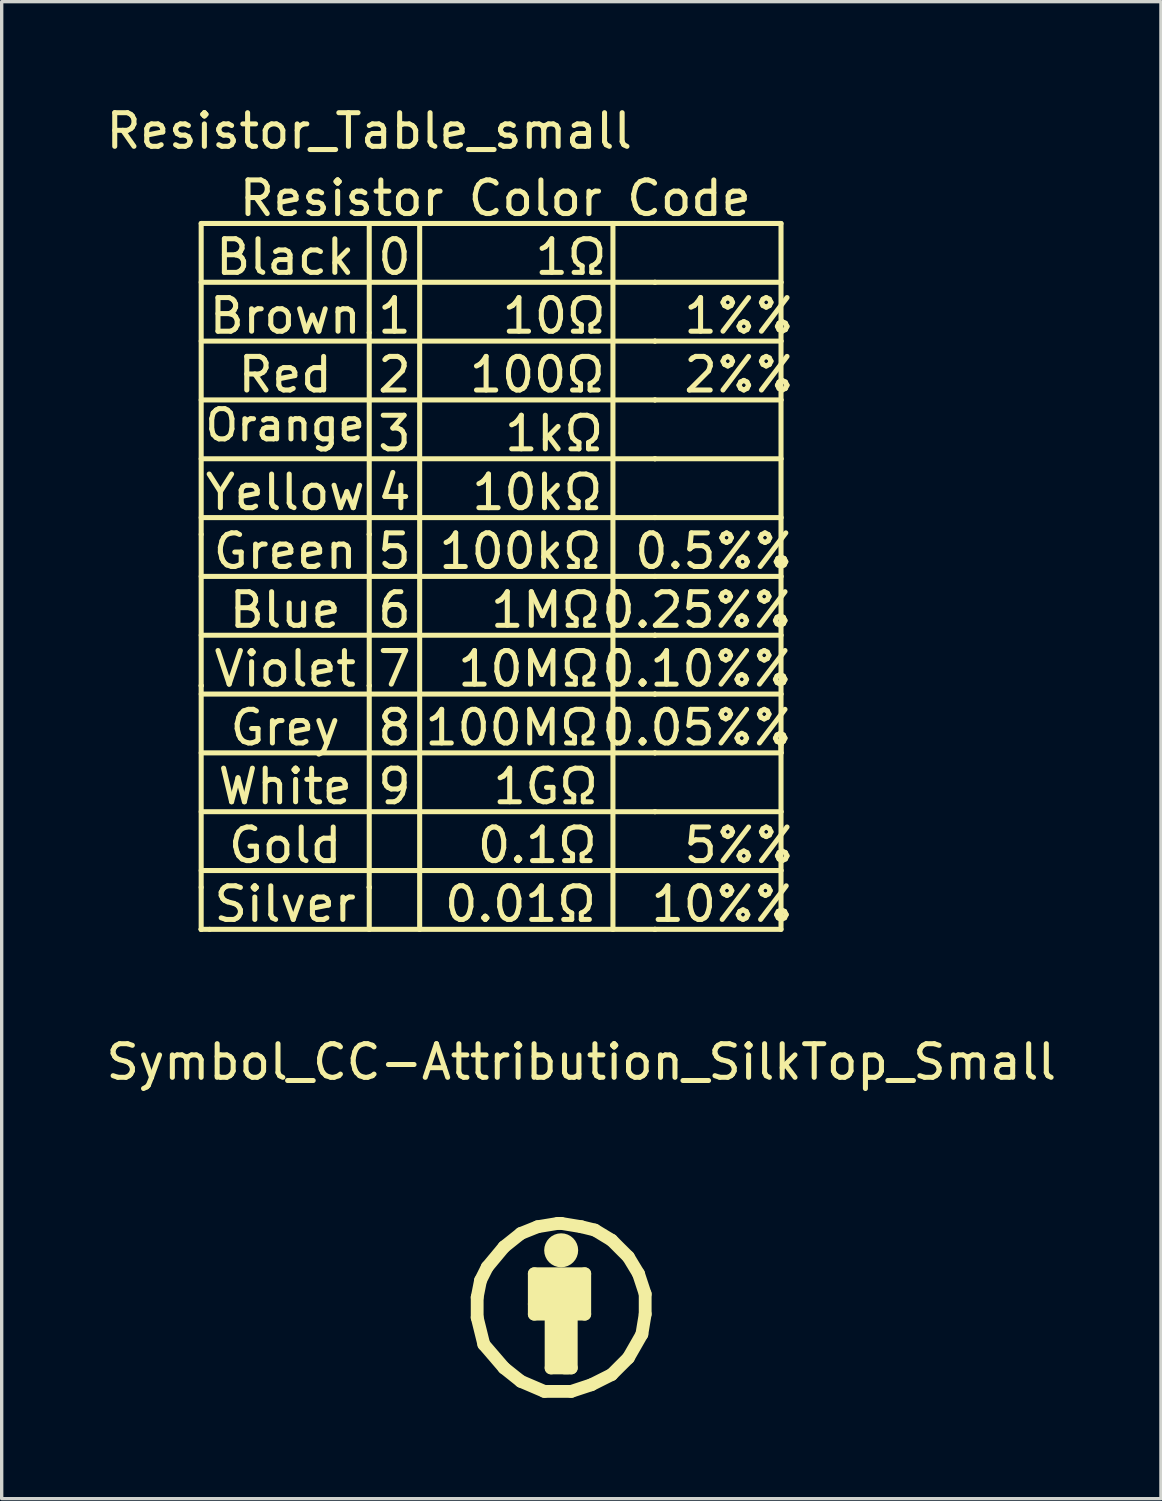
<source format=kicad_pcb>
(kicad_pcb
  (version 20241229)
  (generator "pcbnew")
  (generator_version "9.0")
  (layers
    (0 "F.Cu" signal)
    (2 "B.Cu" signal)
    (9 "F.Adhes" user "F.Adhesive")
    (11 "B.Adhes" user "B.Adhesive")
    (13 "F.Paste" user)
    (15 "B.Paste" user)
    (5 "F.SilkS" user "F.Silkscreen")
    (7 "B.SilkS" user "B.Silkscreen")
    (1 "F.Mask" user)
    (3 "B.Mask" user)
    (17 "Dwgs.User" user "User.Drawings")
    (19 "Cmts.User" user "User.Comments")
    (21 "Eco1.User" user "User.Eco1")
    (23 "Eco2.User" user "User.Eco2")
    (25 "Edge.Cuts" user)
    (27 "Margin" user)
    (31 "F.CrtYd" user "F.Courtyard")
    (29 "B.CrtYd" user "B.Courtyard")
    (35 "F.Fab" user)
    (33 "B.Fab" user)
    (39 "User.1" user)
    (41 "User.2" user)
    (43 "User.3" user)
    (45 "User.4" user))
  (footprint "Symbol_CC-Attribution_SilkTop_Small"
    (layer "F.Cu")
    (at 13.645 35.845)
    (property "Reference" "Symbol_CC-Attribution_SilkTop_Small" (at 0.599 -7.3 0) (layer "F.SilkS") (effects (font (size 1 1) (thickness 0.15))))
    (attr through_hole)
    (fp_line (start -2.499 -0.3) (end -2.499 0.3) (stroke (width 0.381) (type solid)) (layer "F.SilkS"))
    (fp_line (start -2.499 0.3) (end -2.301 1.1) (stroke (width 0.381) (type solid)) (layer "F.SilkS"))
    (fp_line (start -2.4 -0.8) (end -2.499 -0.3) (stroke (width 0.381) (type solid)) (layer "F.SilkS"))
    (fp_line (start -2.301 1.1) (end -1.699 1.801) (stroke (width 0.381) (type solid)) (layer "F.SilkS"))
    (fp_line (start -2.2 -1.199) (end -2.4 -0.8) (stroke (width 0.381) (type solid)) (layer "F.SilkS"))
    (fp_line (start -1.699 -1.801) (end -2.2 -1.199) (stroke (width 0.381) (type solid)) (layer "F.SilkS"))
    (fp_line (start -1.699 1.801) (end -1.199 2.2) (stroke (width 0.381) (type solid)) (layer "F.SilkS"))
    (fp_line (start -1.199 -2.2) (end -1.699 -1.801) (stroke (width 0.381) (type solid)) (layer "F.SilkS"))
    (fp_line (start -1.199 2.2) (end -0.5 2.499) (stroke (width 0.381) (type solid)) (layer "F.SilkS"))
    (fp_line (start -0.8 -1.001) (end 0.701 -1.001) (stroke (width 0.381) (type solid)) (layer "F.SilkS"))
    (fp_line (start -0.8 -0.099) (end 0.5 -0.099) (stroke (width 0.381) (type solid)) (layer "F.SilkS"))
    (fp_line (start -0.8 0.201) (end -0.8 -1.001) (stroke (width 0.381) (type solid)) (layer "F.SilkS"))
    (fp_line (start -0.701 -2.4) (end -1.199 -2.2) (stroke (width 0.381) (type solid)) (layer "F.SilkS"))
    (fp_line (start -0.701 -0.701) (end 0.599 -0.701) (stroke (width 0.381) (type solid)) (layer "F.SilkS"))
    (fp_line (start -0.5 2.499) (end 0.3 2.499) (stroke (width 0.381) (type solid)) (layer "F.SilkS"))
    (fp_line (start -0.3 0.3) (end -0.3 1.801) (stroke (width 0.381) (type solid)) (layer "F.SilkS"))
    (fp_line (start -0.3 1.801) (end 0.201 1.801) (stroke (width 0.381) (type solid)) (layer "F.SilkS"))
    (fp_line (start -0.099 -2.499) (end -0.701 -2.4) (stroke (width 0.381) (type solid)) (layer "F.SilkS"))
    (fp_line (start 0 -2.499) (end -0.099 -2.499) (stroke (width 0.381) (type solid)) (layer "F.SilkS"))
    (fp_line (start 0 -1.9) (end 0 -1.501) (stroke (width 0.381) (type solid)) (layer "F.SilkS"))
    (fp_line (start 0 0.3) (end 0 1.6) (stroke (width 0.381) (type solid)) (layer "F.SilkS"))
    (fp_line (start 0.099 1.801) (end 0.3 1.801) (stroke (width 0.381) (type solid)) (layer "F.SilkS"))
    (fp_line (start 0.3 1.801) (end 0.3 0.201) (stroke (width 0.381) (type solid)) (layer "F.SilkS"))
    (fp_line (start 0.3 2.499) (end 0.899 2.301) (stroke (width 0.381) (type solid)) (layer "F.SilkS"))
    (fp_line (start 0.5 -0.399) (end -0.701 -0.399) (stroke (width 0.381) (type solid)) (layer "F.SilkS"))
    (fp_line (start 0.599 -2.4) (end 0 -2.499) (stroke (width 0.381) (type solid)) (layer "F.SilkS"))
    (fp_line (start 0.701 -1.001) (end 0.701 0.201) (stroke (width 0.381) (type solid)) (layer "F.SilkS"))
    (fp_line (start 0.701 0.201) (end -0.8 0.201) (stroke (width 0.381) (type solid)) (layer "F.SilkS"))
    (fp_line (start 0.899 2.301) (end 1.501 1.999) (stroke (width 0.381) (type solid)) (layer "F.SilkS"))
    (fp_line (start 1.001 -2.301) (end 0.599 -2.4) (stroke (width 0.381) (type solid)) (layer "F.SilkS"))
    (fp_line (start 1.501 -1.999) (end 1.001 -2.301) (stroke (width 0.381) (type solid)) (layer "F.SilkS"))
    (fp_line (start 1.501 1.999) (end 1.999 1.501) (stroke (width 0.381) (type solid)) (layer "F.SilkS"))
    (fp_line (start 1.999 -1.501) (end 1.501 -1.999) (stroke (width 0.381) (type solid)) (layer "F.SilkS"))
    (fp_line (start 1.999 1.501) (end 2.4 0.8) (stroke (width 0.381) (type solid)) (layer "F.SilkS"))
    (fp_line (start 2.301 -1.001) (end 1.999 -1.501) (stroke (width 0.381) (type solid)) (layer "F.SilkS"))
    (fp_line (start 2.4 0.8) (end 2.499 0.201) (stroke (width 0.381) (type solid)) (layer "F.SilkS"))
    (fp_line (start 2.499 -0.399) (end 2.301 -1.001) (stroke (width 0.381) (type solid)) (layer "F.SilkS"))
    (fp_line (start 2.499 0.201) (end 2.499 -0.399) (stroke (width 0.381) (type solid)) (layer "F.SilkS"))
    (fp_circle (center 0 -1.699) (end 0.099 -1.4) (stroke (width 0.381) (type solid)) (fill no) (layer "F.SilkS")))
  (footprint "Resistor_Table_small"
    (layer "F.Cu")
    (at 2.935 3.598)
    (property "Reference" "Resistor_Table_small" (at 5 -2.75 0) (layer "F.SilkS") (effects (font (size 1 1) (thickness 0.15))))
    (attr through_hole)
    (fp_line (start 0 0) (end 0 9.25) (stroke (width 0.15) (type solid)) (layer "F.SilkS"))
    (fp_line (start 0 0) (end 13.5 0) (stroke (width 0.15) (type solid)) (layer "F.SilkS"))
    (fp_line (start 0 1.75) (end 5 1.75) (stroke (width 0.15) (type solid)) (layer "F.SilkS"))
    (fp_line (start 0 3.5) (end 5 3.5) (stroke (width 0.15) (type solid)) (layer "F.SilkS"))
    (fp_line (start 0 5.25) (end 5 5.25) (stroke (width 0.15) (type solid)) (layer "F.SilkS"))
    (fp_line (start 0 7) (end 5 7) (stroke (width 0.15) (type solid)) (layer "F.SilkS"))
    (fp_line (start 0 8.75) (end 5 8.75) (stroke (width 0.15) (type solid)) (layer "F.SilkS"))
    (fp_line (start 0 9.25) (end 0 13.75) (stroke (width 0.15) (type solid)) (layer "F.SilkS"))
    (fp_line (start 0 10.5) (end 5 10.5) (stroke (width 0.15) (type solid)) (layer "F.SilkS"))
    (fp_line (start 0 12.25) (end 5 12.25) (stroke (width 0.15) (type solid)) (layer "F.SilkS"))
    (fp_line (start 0 13.75) (end 0 13.75) (stroke (width 0.15) (type solid)) (layer "F.SilkS"))
    (fp_line (start 0 14) (end 5 14) (stroke (width 0.15) (type solid)) (layer "F.SilkS"))
    (fp_line (start 0 15.75) (end 5 15.75) (stroke (width 0.15) (type solid)) (layer "F.SilkS"))
    (fp_line (start 0 17.5) (end 5 17.5) (stroke (width 0.15) (type solid)) (layer "F.SilkS"))
    (fp_line (start 0 19.25) (end 5 19.25) (stroke (width 0.15) (type solid)) (layer "F.SilkS"))
    (fp_line (start 0 19.75) (end 0 13.75) (stroke (width 0.15) (type solid)) (layer "F.SilkS"))
    (fp_line (start 0 19.75) (end 0 21) (stroke (width 0.15) (type solid)) (layer "F.SilkS"))
    (fp_line (start 0 21) (end 0 21) (stroke (width 0.15) (type solid)) (layer "F.SilkS"))
    (fp_line (start 0 21) (end 0 21) (stroke (width 0.15) (type solid)) (layer "F.SilkS"))
    (fp_line (start 0.25 21) (end 0 21) (stroke (width 0.15) (type solid)) (layer "F.SilkS"))
    (fp_line (start 0.25 21) (end 5 21) (stroke (width 0.15) (type solid)) (layer "F.SilkS"))
    (fp_line (start 5 0) (end 5 9.25) (stroke (width 0.15) (type solid)) (layer "F.SilkS"))
    (fp_line (start 5 1.75) (end 5 1.75) (stroke (width 0.15) (type solid)) (layer "F.SilkS"))
    (fp_line (start 5 1.75) (end 13.5 1.75) (stroke (width 0.15) (type solid)) (layer "F.SilkS"))
    (fp_line (start 5 3.25) (end 5 3.25) (stroke (width 0.15) (type solid)) (layer "F.SilkS"))
    (fp_line (start 5 3.5) (end 5 3.5) (stroke (width 0.15) (type solid)) (layer "F.SilkS"))
    (fp_line (start 5 3.5) (end 13.5 3.5) (stroke (width 0.15) (type solid)) (layer "F.SilkS"))
    (fp_line (start 5 5.25) (end 13.5 5.25) (stroke (width 0.15) (type solid)) (layer "F.SilkS"))
    (fp_line (start 5 7) (end 5 7) (stroke (width 0.15) (type solid)) (layer "F.SilkS"))
    (fp_line (start 5 7) (end 13.5 7) (stroke (width 0.15) (type solid)) (layer "F.SilkS"))
    (fp_line (start 5 8.75) (end 5 8.75) (stroke (width 0.15) (type solid)) (layer "F.SilkS"))
    (fp_line (start 5 8.75) (end 13.5 8.75) (stroke (width 0.15) (type solid)) (layer "F.SilkS"))
    (fp_line (start 5 9.25) (end 5 9.25) (stroke (width 0.15) (type solid)) (layer "F.SilkS"))
    (fp_line (start 5 9.25) (end 5 13.75) (stroke (width 0.15) (type solid)) (layer "F.SilkS"))
    (fp_line (start 5 10.5) (end 5 10.5) (stroke (width 0.15) (type solid)) (layer "F.SilkS"))
    (fp_line (start 5 10.5) (end 13.5 10.5) (stroke (width 0.15) (type solid)) (layer "F.SilkS"))
    (fp_line (start 5 12.25) (end 5 12.25) (stroke (width 0.15) (type solid)) (layer "F.SilkS"))
    (fp_line (start 5 12.25) (end 13.5 12.25) (stroke (width 0.15) (type solid)) (layer "F.SilkS"))
    (fp_line (start 5 13.75) (end 5 13.75) (stroke (width 0.15) (type solid)) (layer "F.SilkS"))
    (fp_line (start 5 13.75) (end 5 19.75) (stroke (width 0.15) (type solid)) (layer "F.SilkS"))
    (fp_line (start 5 14) (end 5 14) (stroke (width 0.15) (type solid)) (layer "F.SilkS"))
    (fp_line (start 5 14) (end 13.5 14) (stroke (width 0.15) (type solid)) (layer "F.SilkS"))
    (fp_line (start 5 15.75) (end 5 15.75) (stroke (width 0.15) (type solid)) (layer "F.SilkS"))
    (fp_line (start 5 15.75) (end 13.5 15.75) (stroke (width 0.15) (type solid)) (layer "F.SilkS"))
    (fp_line (start 5 17.5) (end 5 17.5) (stroke (width 0.15) (type solid)) (layer "F.SilkS"))
    (fp_line (start 5 17.5) (end 13.5 17.5) (stroke (width 0.15) (type solid)) (layer "F.SilkS"))
    (fp_line (start 5 19.25) (end 5 19.25) (stroke (width 0.15) (type solid)) (layer "F.SilkS"))
    (fp_line (start 5 19.25) (end 13.5 19.25) (stroke (width 0.15) (type solid)) (layer "F.SilkS"))
    (fp_line (start 5 19.75) (end 5 19.75) (stroke (width 0.15) (type solid)) (layer "F.SilkS"))
    (fp_line (start 5 19.75) (end 5 19.75) (stroke (width 0.15) (type solid)) (layer "F.SilkS"))
    (fp_line (start 5 21) (end 5 19.75) (stroke (width 0.15) (type solid)) (layer "F.SilkS"))
    (fp_line (start 5 21) (end 13.5 21) (stroke (width 0.15) (type solid)) (layer "F.SilkS"))
    (fp_line (start 6.5 0) (end 6.5 21) (stroke (width 0.15) (type solid)) (layer "F.SilkS"))
    (fp_line (start 6.5 21) (end 6.5 21) (stroke (width 0.15) (type solid)) (layer "F.SilkS"))
    (fp_line (start 12.25 0) (end 12.25 0) (stroke (width 0.15) (type solid)) (layer "F.SilkS"))
    (fp_line (start 12.25 15.75) (end 12.25 0) (stroke (width 0.15) (type solid)) (layer "F.SilkS"))
    (fp_line (start 12.25 15.75) (end 12.25 21) (stroke (width 0.15) (type solid)) (layer "F.SilkS"))
    (fp_line (start 12.25 21) (end 12.25 21) (stroke (width 0.15) (type solid)) (layer "F.SilkS"))
    (fp_line (start 13.5 0) (end 13.5 0) (stroke (width 0.15) (type solid)) (layer "F.SilkS"))
    (fp_line (start 13.5 0) (end 13.5 0) (stroke (width 0.15) (type solid)) (layer "F.SilkS"))
    (fp_line (start 13.5 1.75) (end 13.5 1.75) (stroke (width 0.15) (type solid)) (layer "F.SilkS"))
    (fp_line (start 13.5 1.75) (end 17.25 1.75) (stroke (width 0.15) (type solid)) (layer "F.SilkS"))
    (fp_line (start 13.5 3.5) (end 13.5 3.5) (stroke (width 0.15) (type solid)) (layer "F.SilkS"))
    (fp_line (start 13.5 3.5) (end 17.25 3.5) (stroke (width 0.15) (type solid)) (layer "F.SilkS"))
    (fp_line (start 13.5 5.25) (end 13.5 5.25) (stroke (width 0.15) (type solid)) (layer "F.SilkS"))
    (fp_line (start 13.5 5.25) (end 17.25 5.25) (stroke (width 0.15) (type solid)) (layer "F.SilkS"))
    (fp_line (start 13.5 7) (end 13.5 7) (stroke (width 0.15) (type solid)) (layer "F.SilkS"))
    (fp_line (start 13.5 7) (end 17.25 7) (stroke (width 0.15) (type solid)) (layer "F.SilkS"))
    (fp_line (start 13.5 8.75) (end 13.5 8.75) (stroke (width 0.15) (type solid)) (layer "F.SilkS"))
    (fp_line (start 13.5 8.75) (end 17.25 8.75) (stroke (width 0.15) (type solid)) (layer "F.SilkS"))
    (fp_line (start 13.5 10.5) (end 13.5 10.5) (stroke (width 0.15) (type solid)) (layer "F.SilkS"))
    (fp_line (start 13.5 10.5) (end 17.25 10.5) (stroke (width 0.15) (type solid)) (layer "F.SilkS"))
    (fp_line (start 13.5 12.25) (end 13.5 12.25) (stroke (width 0.15) (type solid)) (layer "F.SilkS"))
    (fp_line (start 13.5 12.25) (end 17.25 12.25) (stroke (width 0.15) (type solid)) (layer "F.SilkS"))
    (fp_line (start 13.5 14) (end 13.5 14) (stroke (width 0.15) (type solid)) (layer "F.SilkS"))
    (fp_line (start 13.5 14) (end 17.25 14) (stroke (width 0.15) (type solid)) (layer "F.SilkS"))
    (fp_line (start 13.5 15.75) (end 13.5 15.75) (stroke (width 0.15) (type solid)) (layer "F.SilkS"))
    (fp_line (start 13.5 15.75) (end 17.25 15.75) (stroke (width 0.15) (type solid)) (layer "F.SilkS"))
    (fp_line (start 13.5 17.5) (end 13.5 17.5) (stroke (width 0.15) (type solid)) (layer "F.SilkS"))
    (fp_line (start 13.5 17.5) (end 17.25 17.5) (stroke (width 0.15) (type solid)) (layer "F.SilkS"))
    (fp_line (start 13.5 19.25) (end 13.5 19.25) (stroke (width 0.15) (type solid)) (layer "F.SilkS"))
    (fp_line (start 13.5 19.25) (end 17.25 19.25) (stroke (width 0.15) (type solid)) (layer "F.SilkS"))
    (fp_line (start 13.5 21) (end 13.5 21) (stroke (width 0.15) (type solid)) (layer "F.SilkS"))
    (fp_line (start 13.5 21) (end 13.5 21) (stroke (width 0.15) (type solid)) (layer "F.SilkS"))
    (fp_line (start 17.25 0) (end 13.5 0) (stroke (width 0.15) (type solid)) (layer "F.SilkS"))
    (fp_line (start 17.25 1.75) (end 17.25 1.75) (stroke (width 0.15) (type solid)) (layer "F.SilkS"))
    (fp_line (start 17.25 3.5) (end 17.25 3.5) (stroke (width 0.15) (type solid)) (layer "F.SilkS"))
    (fp_line (start 17.25 5.25) (end 17.25 5.25) (stroke (width 0.15) (type solid)) (layer "F.SilkS"))
    (fp_line (start 17.25 7) (end 17.25 7) (stroke (width 0.15) (type solid)) (layer "F.SilkS"))
    (fp_line (start 17.25 8.75) (end 17.25 8.75) (stroke (width 0.15) (type solid)) (layer "F.SilkS"))
    (fp_line (start 17.25 10.5) (end 17.25 10.5) (stroke (width 0.15) (type solid)) (layer "F.SilkS"))
    (fp_line (start 17.25 12.25) (end 17.25 12.25) (stroke (width 0.15) (type solid)) (layer "F.SilkS"))
    (fp_line (start 17.25 14) (end 17.25 14) (stroke (width 0.15) (type solid)) (layer "F.SilkS"))
    (fp_line (start 17.25 15.5) (end 17.25 0) (stroke (width 0.15) (type solid)) (layer "F.SilkS"))
    (fp_line (start 17.25 15.5) (end 17.25 15.5) (stroke (width 0.15) (type solid)) (layer "F.SilkS"))
    (fp_line (start 17.25 15.5) (end 17.25 21) (stroke (width 0.15) (type solid)) (layer "F.SilkS"))
    (fp_line (start 17.25 15.75) (end 17.25 15.5) (stroke (width 0.15) (type solid)) (layer "F.SilkS"))
    (fp_line (start 17.25 15.75) (end 17.25 15.75) (stroke (width 0.15) (type solid)) (layer "F.SilkS"))
    (fp_line (start 17.25 17.5) (end 17.25 17.5) (stroke (width 0.15) (type solid)) (layer "F.SilkS"))
    (fp_line (start 17.25 19.25) (end 17.25 19.25) (stroke (width 0.15) (type solid)) (layer "F.SilkS"))
    (fp_line (start 17.25 21) (end 13.5 21) (stroke (width 0.15) (type solid)) (layer "F.SilkS"))
    (fp_text user "Black" (at 2.5 1 0) (layer "F.SilkS") (effects (font (size 1 1) (thickness 0.15))))
    (fp_text user "1" (at 5.75 2.75 0) (layer "F.SilkS") (effects (font (size 1 1) (thickness 0.15))))
    (fp_text user "6" (at 5.75 11.5 0) (layer "F.SilkS") (effects (font (size 1 1) (thickness 0.15))))
    (fp_text user "Yellow" (at 2.5 8 0) (layer "F.SilkS") (effects (font (size 1 1) (thickness 0.15))))
    (fp_text user "Silver" (at 2.5 20.25 0) (layer "F.SilkS") (effects (font (size 1 1) (thickness 0.15))))
    (fp_text user "10MΩ" (at 9.75 13.25 0) (layer "F.SilkS") (effects (font (size 1 1) (thickness 0.15))))
    (fp_text user "5%%" (at 16 18.5 0) (layer "F.SilkS") (effects (font (size 1 1) (thickness 0.15))))
    (fp_text user "10Ω" (at 10.5 2.75 0) (layer "F.SilkS") (effects (font (size 1 1) (thickness 0.15))))
    (fp_text user "Grey" (at 2.5 15 0) (layer "F.SilkS") (effects (font (size 1 1) (thickness 0.15))))
    (fp_text user "9" (at 5.75 16.75 0) (layer "F.SilkS") (effects (font (size 1 1) (thickness 0.15))))
    (fp_text user "0" (at 5.75 1 0) (layer "F.SilkS") (effects (font (size 1 1) (thickness 0.15))))
    (fp_text user "100Ω" (at 10 4.5 0) (layer "F.SilkS") (effects (font (size 1 1) (thickness 0.15))))
    (fp_text user "0.05%%" (at 14.75 15 0) (layer "F.SilkS") (effects (font (size 1 1) (thickness 0.15))))
    (fp_text user "Gold" (at 2.5 18.5 0) (layer "F.SilkS") (effects (font (size 1 1) (thickness 0.15))))
    (fp_text user "100MΩ" (at 9.25 15 0) (layer "F.SilkS") (effects (font (size 1 1) (thickness 0.15))))
    (fp_text user "2%%" (at 16 4.5 0) (layer "F.SilkS") (effects (font (size 1 1) (thickness 0.15))))
    (fp_text user "3" (at 5.75 6.25 0) (layer "F.SilkS") (effects (font (size 1 1) (thickness 0.15))))
    (fp_text user "7" (at 5.75 13.25 0) (layer "F.SilkS") (effects (font (size 1 1) (thickness 0.15))))
    (fp_text user "10kΩ" (at 10 8 0) (layer "F.SilkS") (effects (font (size 1 1) (thickness 0.15))))
    (fp_text user "0.5%%" (at 15.25 9.75 0) (layer "F.SilkS") (effects (font (size 1 1) (thickness 0.15))))
    (fp_text user "0.1Ω" (at 10 18.5 0) (layer "F.SilkS") (effects (font (size 1 1) (thickness 0.15))))
    (fp_text user "10%%" (at 15.5 20.25 0) (layer "F.SilkS") (effects (font (size 1 1) (thickness 0.15))))
    (fp_text user "1GΩ" (at 10.25 16.75 0) (layer "F.SilkS") (effects (font (size 1 1) (thickness 0.15))))
    (fp_text user "Red" (at 2.5 4.5 0) (layer "F.SilkS") (effects (font (size 1 1) (thickness 0.15))))
    (fp_text user "Violet" (at 2.5 13.25 0) (layer "F.SilkS") (effects (font (size 1 1) (thickness 0.15))))
    (fp_text user "8" (at 5.75 15 0) (layer "F.SilkS") (effects (font (size 1 1) (thickness 0.15))))
    (fp_text user "1Ω" (at 11 1 0) (layer "F.SilkS") (effects (font (size 1 1) (thickness 0.15))))
    (fp_text user "1kΩ" (at 10.5 6.25 0) (layer "F.SilkS") (effects (font (size 1 1) (thickness 0.15))))
    (fp_text user "0.25%%" (at 14.75 11.5 0) (layer "F.SilkS") (effects (font (size 1 1) (thickness 0.15))))
    (fp_text user "Orange" (at 2.5 6 0) (layer "F.SilkS") (effects (font (size 0.9 0.9) (thickness 0.15))))
    (fp_text user "1MΩ" (at 10.25 11.5 0) (layer "F.SilkS") (effects (font (size 1 1) (thickness 0.15))))
    (fp_text user "5" (at 5.75 9.75 0) (layer "F.SilkS") (effects (font (size 1 1) (thickness 0.15))))
    (fp_text user "2" (at 5.75 4.5 0) (layer "F.SilkS") (effects (font (size 1 1) (thickness 0.15))))
    (fp_text user "0.10%%" (at 14.75 13.25 0) (layer "F.SilkS") (effects (font (size 1 1) (thickness 0.15))))
    (fp_text user "Resistor Color Code" (at 8.75 -0.75 0) (layer "F.SilkS") (effects (font (size 1 1) (thickness 0.15))))
    (fp_text user "White" (at 2.5 16.75 0) (layer "F.SilkS") (effects (font (size 1 1) (thickness 0.15))))
    (fp_text user "Blue" (at 2.5 11.5 0) (layer "F.SilkS") (effects (font (size 1 1) (thickness 0.15))))
    (fp_text user "100kΩ" (at 9.5 9.75 0) (layer "F.SilkS") (effects (font (size 1 1) (thickness 0.15))))
    (fp_text user "4" (at 5.75 8 0) (layer "F.SilkS") (effects (font (size 1 1) (thickness 0.15))))
    (fp_text user "Brown" (at 2.5 2.75 0) (layer "F.SilkS") (effects (font (size 1 1) (thickness 0.15))))
    (fp_text user "0.01Ω" (at 9.5 20.25 0) (layer "F.SilkS") (effects (font (size 1 1) (thickness 0.15))))
    (fp_text user "Green" (at 2.5 9.75 0) (layer "F.SilkS") (effects (font (size 1 1) (thickness 0.15))))
    (fp_text user "1%%" (at 16 2.75 0) (layer "F.SilkS") (effects (font (size 1 1) (thickness 0.15)))))
  (gr_rect
    (start -3 -3)
    (end 31.488 41.535)
    (stroke (width 0.1) (type default))
    (fill no)
    (layer "Edge.Cuts")))
</source>
